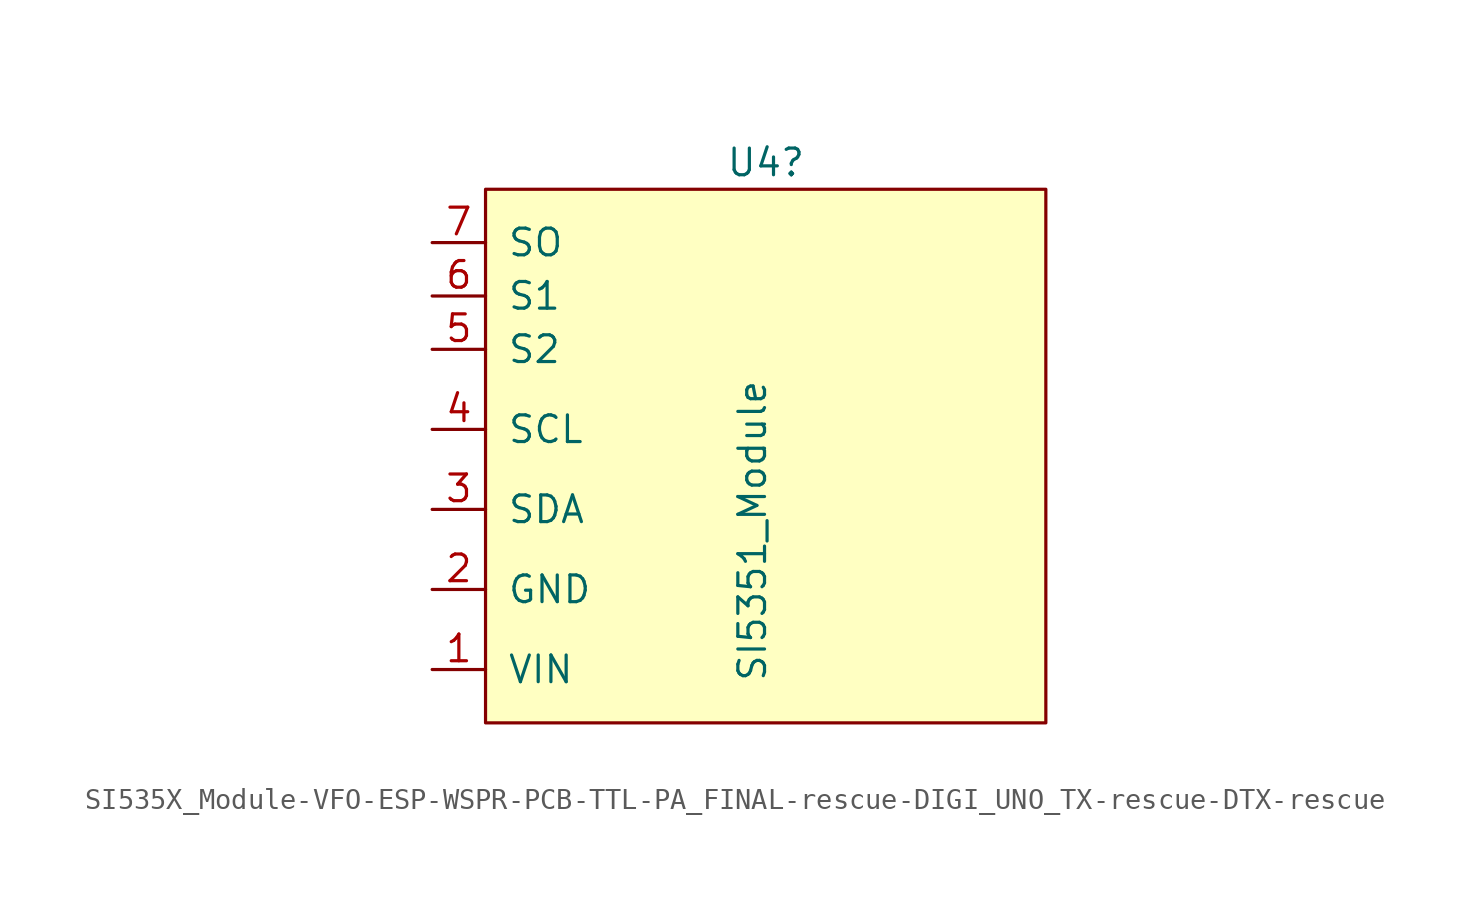
<source format=kicad_sym>
(kicad_symbol_lib
  (version 20220914)
  (generator kicad_symbol_editor)
  (symbol "SI535X_Module-VFO-ESP-WSPR-PCB-TTL-PA_FINAL-rescue-DIGI_UNO_TX-rescue-DTX-rescue"
    (pin_names
      (offset 1.016))
    (property "Reference" "U4"
      (at -1.27 13.97 0)
      (effects (font (size 1.27 1.27)) (justify left)))
    (property "Value" "SI5351_Module"
      (at 0 -10.795 90)
      (effects (font (size 1.27 1.27)) (justify left)))
    (symbol "SI535X_Module-VFO-ESP-WSPR-PCB-TTL-PA_FINAL-rescue-DIGI_UNO_TX-rescue-DTX-rescue_0_1"
      (rectangle (start -12.7 12.7) (end 13.97 -12.7) (stroke (width 0) (type default)) (fill (type background))))
    (symbol "SI535X_Module-VFO-ESP-WSPR-PCB-TTL-PA_FINAL-rescue-DIGI_UNO_TX-rescue-DTX-rescue_1_1"
      (pin input line (at -15.24 -10.16 0) (length 2.54) (name "VIN" (effects (font (size 1.27 1.27)))) (number "1" (effects (font (size 1.27 1.27)))))
      (pin input line (at -15.24 -6.35 0) (length 2.54) (name "GND" (effects (font (size 1.27 1.27)))) (number "2" (effects (font (size 1.27 1.27)))))
      (pin bidirectional line (at -15.24 -2.54 0) (length 2.54) (name "SDA" (effects (font (size 1.27 1.27)))) (number "3" (effects (font (size 1.27 1.27)))))
      (pin bidirectional line (at -15.24 1.27 0) (length 2.54) (name "SCL" (effects (font (size 1.27 1.27)))) (number "4" (effects (font (size 1.27 1.27)))))
      (pin output line (at -15.24 5.08 0) (length 2.54) (name "S2" (effects (font (size 1.27 1.27)))) (number "5" (effects (font (size 1.27 1.27)))))
      (pin output line (at -15.24 7.62 0) (length 2.54) (name "S1" (effects (font (size 1.27 1.27)))) (number "6" (effects (font (size 1.27 1.27)))))
      (pin output line (at -15.24 10.16 0) (length 2.54) (name "SO" (effects (font (size 1.27 1.27)))) (number "7" (effects (font (size 1.27 1.27))))))))
</source>
